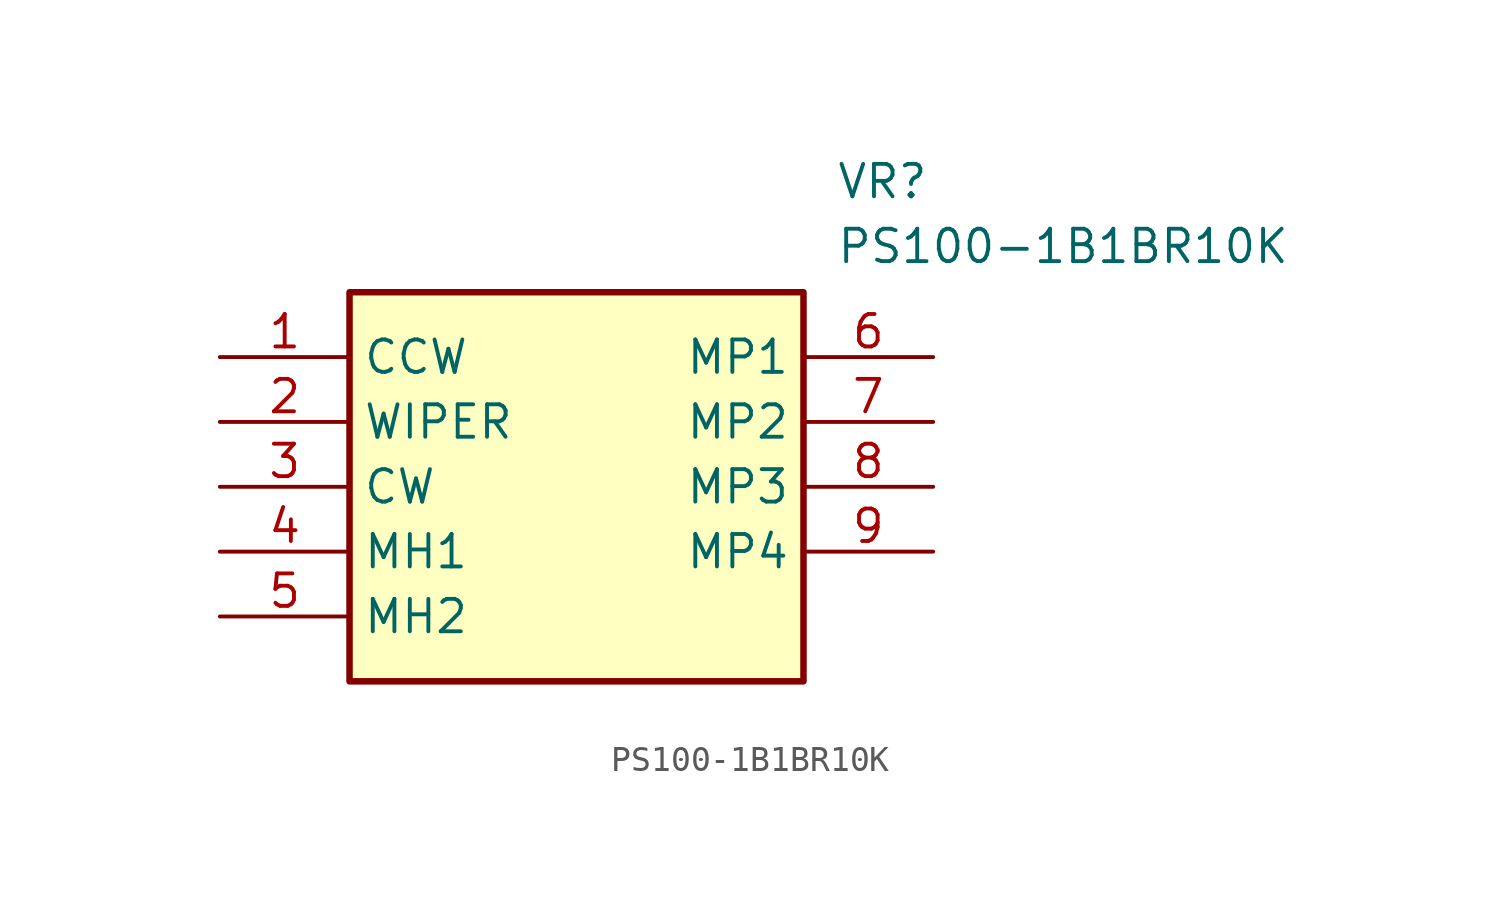
<source format=kicad_sym>
(kicad_symbol_lib
  (version 20211014)
  (generator SamacSys_ECAD_Model)
  (symbol "PS100-1B1BR10K"
    (property "Reference" "VR"
      (at 24.13 7.62 0)
      (effects (font (size 1.27 1.27)) (justify left top)))
    (property "Value" "PS100-1B1BR10K"
      (at 24.13 5.08 0)
      (effects (font (size 1.27 1.27)) (justify left top)))
    (rectangle
      (start 5.08 2.54)
      (end 22.86 -12.7)
      (stroke (width 0.254) (type default))
      (fill (type background)))
    (pin passive line
      (at 0 0 0)
      (length 5.08)
      (name "CCW" (effects (font (size 1.27 1.27))))
      (number "1" (effects (font (size 1.27 1.27)))))
    (pin passive line
      (at 0 -2.54 0)
      (length 5.08)
      (name "WIPER" (effects (font (size 1.27 1.27))))
      (number "2" (effects (font (size 1.27 1.27)))))
    (pin passive line
      (at 0 -5.08 0)
      (length 5.08)
      (name "CW" (effects (font (size 1.27 1.27))))
      (number "3" (effects (font (size 1.27 1.27)))))
    (pin passive line
      (at 0 -7.62 0)
      (length 5.08)
      (name "MH1" (effects (font (size 1.27 1.27))))
      (number "4" (effects (font (size 1.27 1.27)))))
    (pin passive line
      (at 0 -10.16 0)
      (length 5.08)
      (name "MH2" (effects (font (size 1.27 1.27))))
      (number "5" (effects (font (size 1.27 1.27)))))
    (pin passive line
      (at 27.94 0 180)
      (length 5.08)
      (name "MP1" (effects (font (size 1.27 1.27))))
      (number "6" (effects (font (size 1.27 1.27)))))
    (pin passive line
      (at 27.94 -2.54 180)
      (length 5.08)
      (name "MP2" (effects (font (size 1.27 1.27))))
      (number "7" (effects (font (size 1.27 1.27)))))
    (pin passive line
      (at 27.94 -5.08 180)
      (length 5.08)
      (name "MP3" (effects (font (size 1.27 1.27))))
      (number "8" (effects (font (size 1.27 1.27)))))
    (pin passive line
      (at 27.94 -7.62 180)
      (length 5.08)
      (name "MP4" (effects (font (size 1.27 1.27))))
      (number "9" (effects (font (size 1.27 1.27)))))))
</source>
